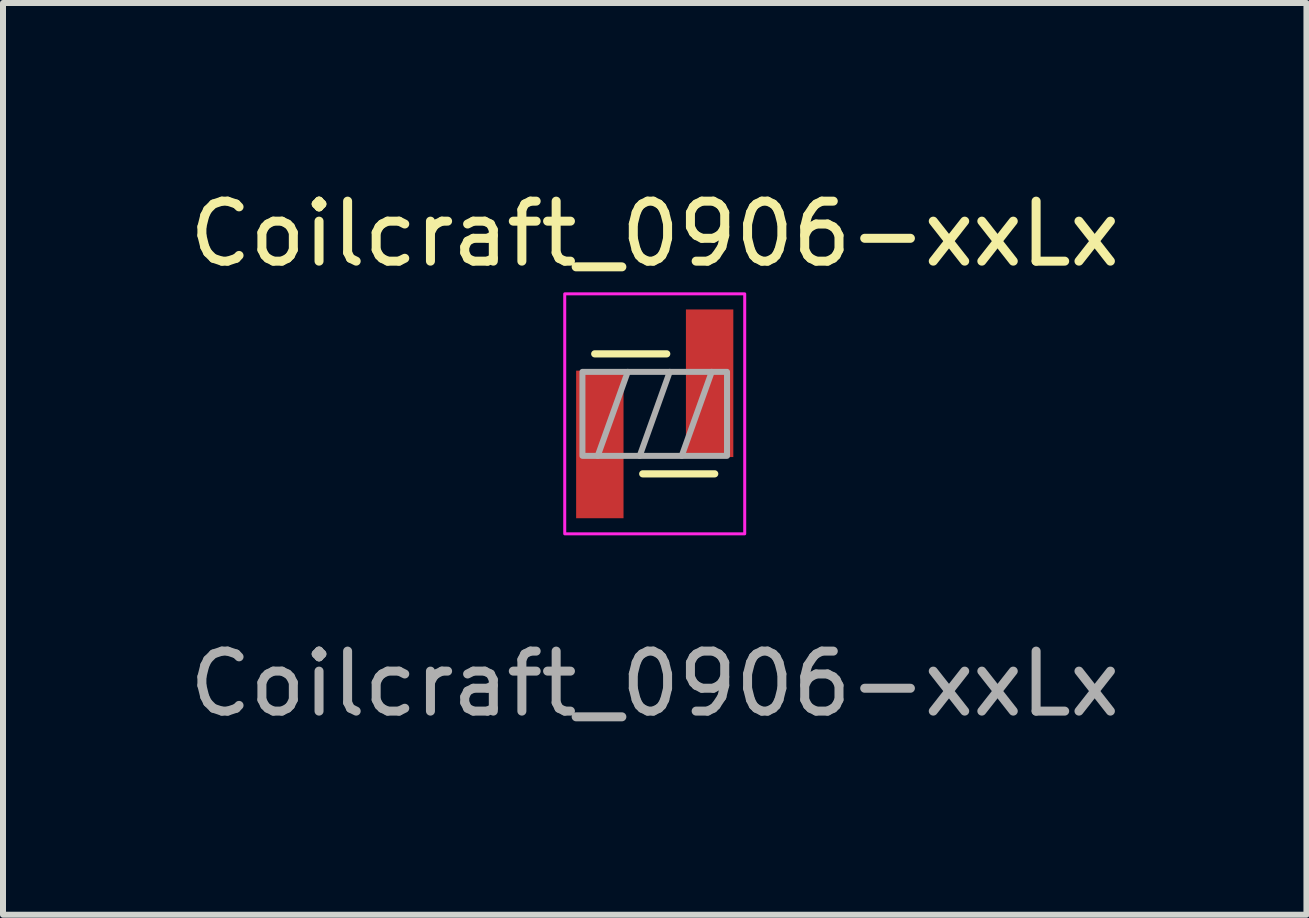
<source format=kicad_pcb>
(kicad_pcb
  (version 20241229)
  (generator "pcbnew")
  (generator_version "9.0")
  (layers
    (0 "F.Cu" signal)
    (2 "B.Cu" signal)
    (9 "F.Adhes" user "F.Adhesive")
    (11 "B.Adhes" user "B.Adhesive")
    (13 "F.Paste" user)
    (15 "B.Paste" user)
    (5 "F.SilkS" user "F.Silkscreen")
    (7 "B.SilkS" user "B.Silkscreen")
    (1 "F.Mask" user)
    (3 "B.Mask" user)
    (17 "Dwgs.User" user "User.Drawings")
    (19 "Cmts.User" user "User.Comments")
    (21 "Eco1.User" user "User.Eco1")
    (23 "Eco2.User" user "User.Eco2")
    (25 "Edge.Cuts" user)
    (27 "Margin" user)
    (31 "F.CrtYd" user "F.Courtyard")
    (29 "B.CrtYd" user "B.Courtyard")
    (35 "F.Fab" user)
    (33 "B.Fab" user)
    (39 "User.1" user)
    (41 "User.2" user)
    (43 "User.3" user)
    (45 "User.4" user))
  (footprint "Coilcraft_0906-xxLx"
    (layer "F.Cu")
    (at 7.863 3.848)
    (property "Reference" "Coilcraft_0906-xxLx" (at 0 -3 0) (unlocked yes) (layer "F.SilkS") (effects (font (size 1 1) (thickness 0.15))))
    (attr smd)
    (fp_line (start -0.2 1) (end 1 1) (stroke (width 0.12) (type solid)) (layer "F.SilkS"))
    (fp_line (start 0.2 -1) (end -1 -1) (stroke (width 0.12) (type solid)) (layer "F.SilkS"))
    (fp_rect (start -1.5 -2) (end 1.5 2) (stroke (width 0.05) (type solid)) (fill no) (layer "F.CrtYd"))
    (fp_line (start -0.95 0.7) (end -0.45 -0.7) (stroke (width 0.1) (type solid)) (layer "F.Fab"))
    (fp_line (start -0.25 0.7) (end 0.25 -0.7) (stroke (width 0.1) (type solid)) (layer "F.Fab"))
    (fp_line (start 0.45 0.7) (end 0.95 -0.7) (stroke (width 0.1) (type solid)) (layer "F.Fab"))
    (fp_rect (start 1.205 0.7) (end -1.205 -0.7) (stroke (width 0.1) (type solid)) (fill no) (layer "F.Fab"))
    (fp_text user "${REFERENCE}" (at 0 4.5 0) (unlocked yes) (layer "F.Fab") (effects (font (size 1 1) (thickness 0.15))))
    (pad "1" smd rect (at -0.915 0.51) (size 0.79 2.46) (layers "F.Cu" "F.Mask" "F.Paste"))
    (pad "2" smd rect (at 0.915 -0.51) (size 0.79 2.46) (layers "F.Cu" "F.Mask" "F.Paste")))
  (gr_rect
    (start -3 -3)
    (end 18.726 12.197)
    (stroke (width 0.1) (type default))
    (fill no)
    (layer "Edge.Cuts")))
</source>
